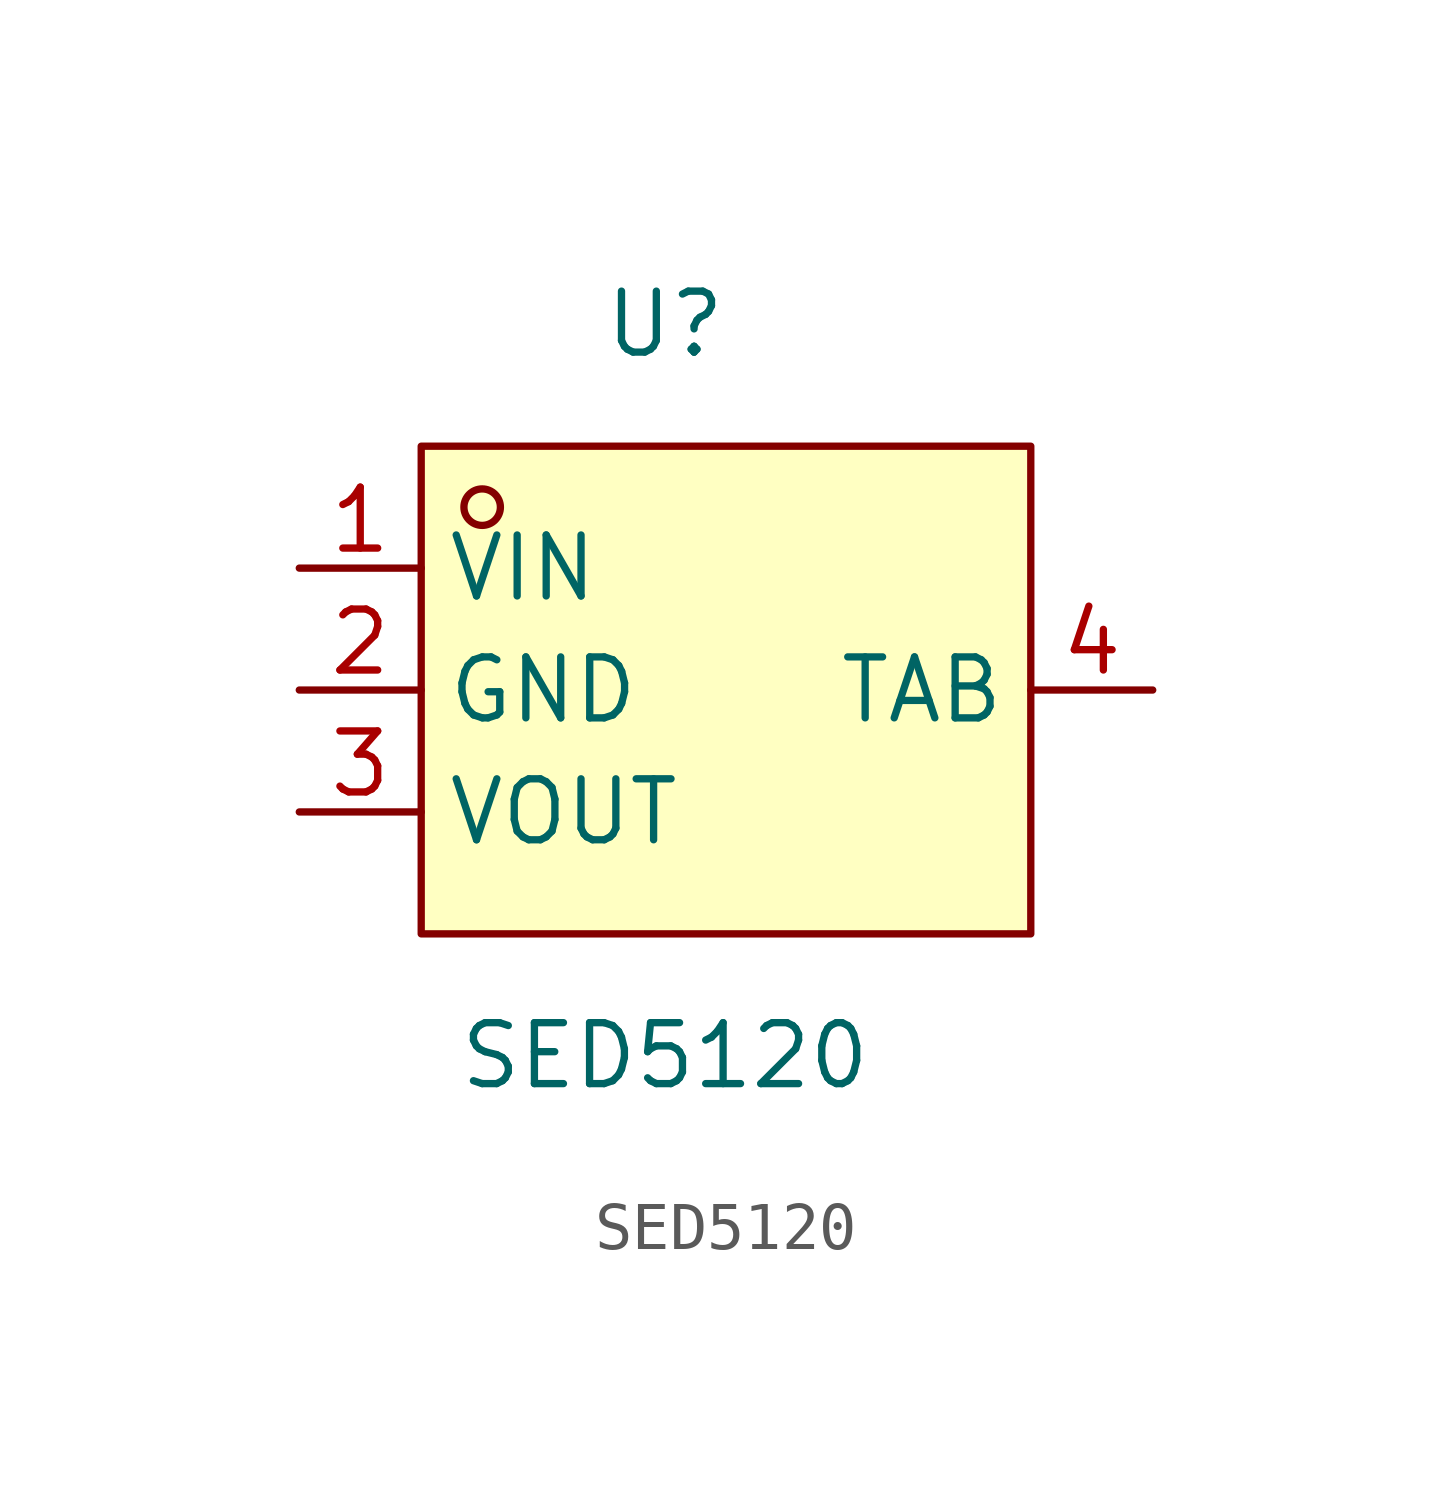
<source format=kicad_sym>
(kicad_symbol_lib
  (version 20211014)
  (generator https://github.com/uPesy/easyeda2kicad.py)
  (symbol "SED5120"
    (property "Reference" "U"
      (at 0 7.62 0)
      (effects (font (size 1.27 1.27))))
    (property "Value" "SED5120"
      (at 0 -7.62 0)
      (effects (font (size 1.27 1.27))))
    (symbol "SED5120_0_1"
      (rectangle (start -5.08 5.08) (end 7.62 -5.08) (stroke (width 0) (type default) (color 0 0 0 0)) (fill (type background)))
      (circle (center -3.81 3.81) (radius 0.38) (stroke (width 0) (type default) (color 0 0 0 0)) (fill (type none)))
      (pin unspecified line (at -7.62 2.54 0) (length 2.54) (name "VIN" (effects (font (size 1.27 1.27)))) (number "1" (effects (font (size 1.27 1.27)))))
      (pin unspecified line (at -7.62 -0.00 0) (length 2.54) (name "GND" (effects (font (size 1.27 1.27)))) (number "2" (effects (font (size 1.27 1.27)))))
      (pin unspecified line (at -7.62 -2.54 0) (length 2.54) (name "VOUT" (effects (font (size 1.27 1.27)))) (number "3" (effects (font (size 1.27 1.27)))))
      (pin unspecified line (at 10.16 -0.00 180) (length 2.54) (name "TAB" (effects (font (size 1.27 1.27)))) (number "4" (effects (font (size 1.27 1.27))))))))
</source>
